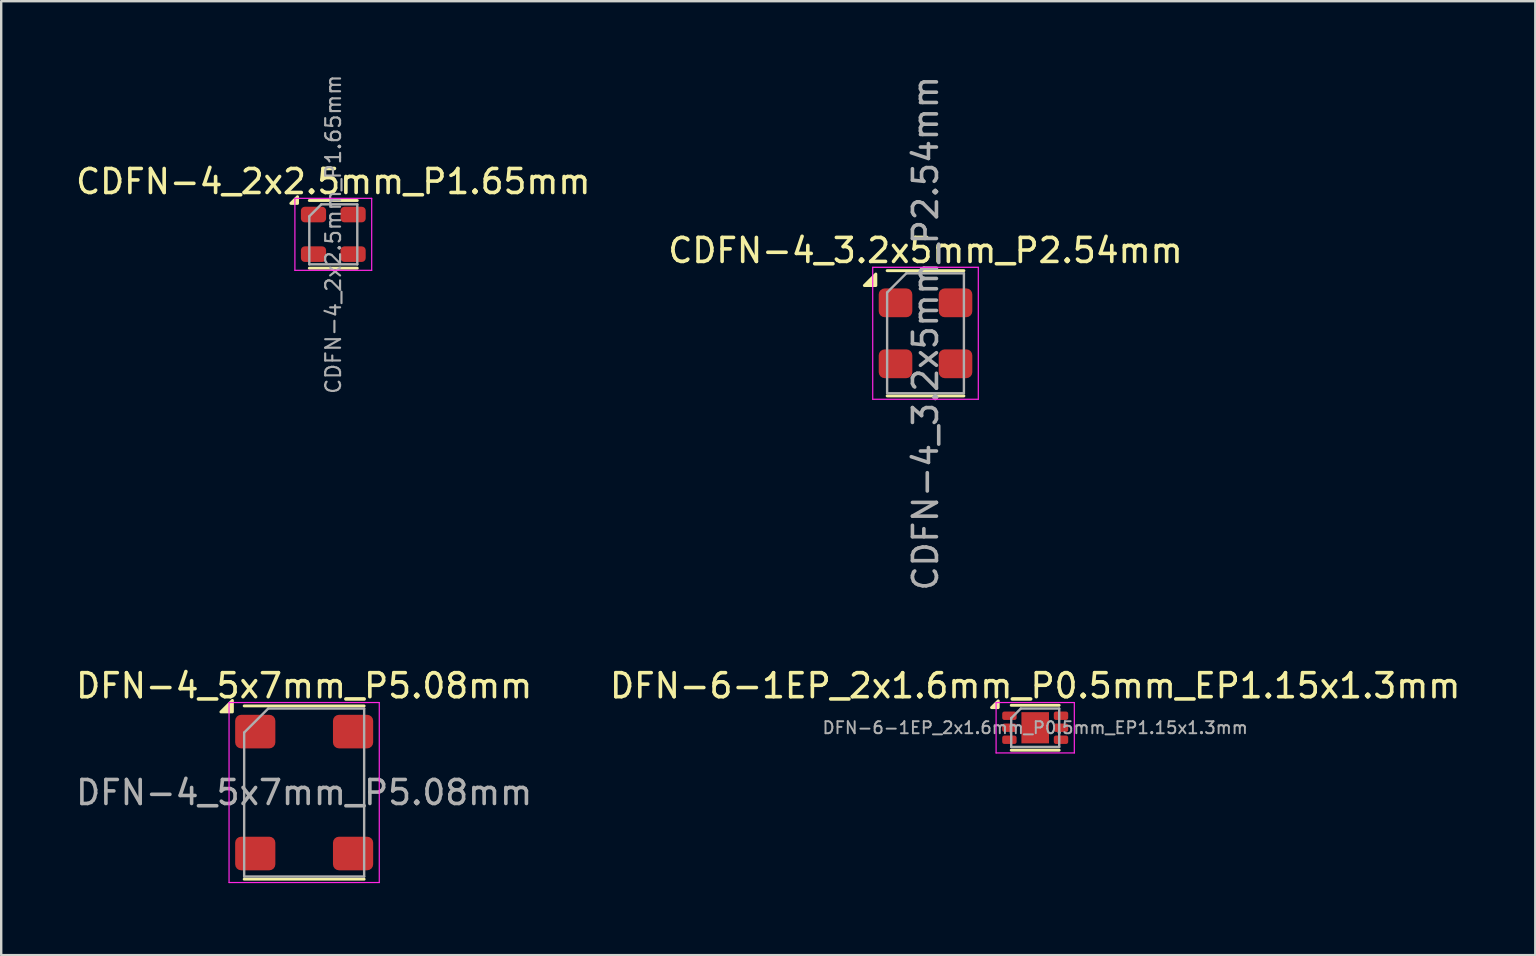
<source format=kicad_pcb>
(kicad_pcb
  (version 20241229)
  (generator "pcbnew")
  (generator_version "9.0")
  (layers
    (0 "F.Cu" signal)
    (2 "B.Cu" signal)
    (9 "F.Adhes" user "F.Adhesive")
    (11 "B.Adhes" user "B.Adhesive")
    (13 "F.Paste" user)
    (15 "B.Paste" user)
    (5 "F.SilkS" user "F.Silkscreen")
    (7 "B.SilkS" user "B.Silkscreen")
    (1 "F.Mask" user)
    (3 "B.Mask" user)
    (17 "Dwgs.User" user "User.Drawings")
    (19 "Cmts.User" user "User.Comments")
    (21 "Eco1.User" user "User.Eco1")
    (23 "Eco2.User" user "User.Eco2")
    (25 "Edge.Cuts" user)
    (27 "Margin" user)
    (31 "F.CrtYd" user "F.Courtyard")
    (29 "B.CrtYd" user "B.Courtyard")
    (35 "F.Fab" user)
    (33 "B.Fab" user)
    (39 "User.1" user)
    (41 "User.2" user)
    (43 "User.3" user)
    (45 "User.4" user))
  (footprint "CDFN-4_3.2x5mm_P2.54mm"
    (layer "F.Cu")
    (at 35.518 10.839)
    (property "Reference" "CDFN-4_3.2x5mm_P2.54mm" (at 0 -3.45 0) (layer "F.SilkS") (effects (font (size 1 1) (thickness 0.15))))
    (attr smd)
    (fp_line (start -1.6 -2.61) (end 1.6 -2.61) (stroke (width 0.12) (type solid)) (layer "F.SilkS"))
    (fp_line (start -1.6 2.61) (end 1.6 2.61) (stroke (width 0.12) (type solid)) (layer "F.SilkS"))
    (fp_poly (pts (xy -2.07 -1.99) (xy -2.55 -1.99) (xy -2.07 -2.47) (xy -2.07 -1.99)) (stroke (width 0.12) (type solid)) (fill yes) (layer "F.SilkS"))
    (fp_line (start -2.2 -2.75) (end -2.2 2.75) (stroke (width 0.05) (type solid)) (layer "F.CrtYd"))
    (fp_line (start -2.2 2.75) (end 2.2 2.75) (stroke (width 0.05) (type solid)) (layer "F.CrtYd"))
    (fp_line (start 2.2 -2.75) (end -2.2 -2.75) (stroke (width 0.05) (type solid)) (layer "F.CrtYd"))
    (fp_line (start 2.2 2.75) (end 2.2 -2.75) (stroke (width 0.05) (type solid)) (layer "F.CrtYd"))
    (fp_line (start -1.6 -1.7) (end -0.8 -2.5) (stroke (width 0.1) (type solid)) (layer "F.Fab"))
    (fp_line (start -1.6 2.5) (end -1.6 -1.7) (stroke (width 0.1) (type solid)) (layer "F.Fab"))
    (fp_line (start -0.8 -2.5) (end 1.6 -2.5) (stroke (width 0.1) (type solid)) (layer "F.Fab"))
    (fp_line (start 1.6 -2.5) (end 1.6 2.5) (stroke (width 0.1) (type solid)) (layer "F.Fab"))
    (fp_line (start 1.6 2.5) (end -1.6 2.5) (stroke (width 0.1) (type solid)) (layer "F.Fab"))
    (fp_text user "${REFERENCE}" (at 0 0 90) (layer "F.Fab") (effects (font (size 1 1) (thickness 0.15))))
    (pad "1" smd roundrect (at -1.25 -1.27) (size 1.4 1.2) (layers "F.Cu" "F.Mask" "F.Paste") (roundrect_rratio 0.208))
    (pad "2" smd roundrect (at -1.25 1.27) (size 1.4 1.2) (layers "F.Cu" "F.Mask" "F.Paste") (roundrect_rratio 0.208))
    (pad "3" smd roundrect (at 1.25 1.27) (size 1.4 1.2) (layers "F.Cu" "F.Mask" "F.Paste") (roundrect_rratio 0.208))
    (pad "4" smd roundrect (at 1.25 -1.27) (size 1.4 1.2) (layers "F.Cu" "F.Mask" "F.Paste") (roundrect_rratio 0.208)))
  (footprint "DFN-6-1EP_2x1.6mm_P0.5mm_EP1.15x1.3mm"
    (layer "F.Cu")
    (at 40.089 27.277)
    (property "Reference" "DFN-6-1EP_2x1.6mm_P0.5mm_EP1.15x1.3mm" (at 0 -1.75 0) (layer "F.SilkS") (effects (font (size 1 1) (thickness 0.15))))
    (attr smd)
    (fp_line (start -1 -0.935) (end 1 -0.935) (stroke (width 0.12) (type solid)) (layer "F.SilkS"))
    (fp_line (start -1 0.935) (end 1 0.935) (stroke (width 0.12) (type solid)) (layer "F.SilkS"))
    (fp_poly (pts (xy -1.54 -0.84) (xy -1.82 -0.84) (xy -1.54 -1.12) (xy -1.54 -0.84)) (stroke (width 0.12) (type solid)) (fill yes) (layer "F.SilkS"))
    (fp_line (start -1.63 -1.05) (end -1.63 1.05) (stroke (width 0.05) (type solid)) (layer "F.CrtYd"))
    (fp_line (start -1.63 1.05) (end 1.63 1.05) (stroke (width 0.05) (type solid)) (layer "F.CrtYd"))
    (fp_line (start 1.63 -1.05) (end -1.63 -1.05) (stroke (width 0.05) (type solid)) (layer "F.CrtYd"))
    (fp_line (start 1.63 1.05) (end 1.63 -1.05) (stroke (width 0.05) (type solid)) (layer "F.CrtYd"))
    (fp_line (start -1 -0.4) (end -0.6 -0.8) (stroke (width 0.1) (type solid)) (layer "F.Fab"))
    (fp_line (start -1 0.8) (end -1 -0.4) (stroke (width 0.1) (type solid)) (layer "F.Fab"))
    (fp_line (start -0.6 -0.8) (end 1 -0.8) (stroke (width 0.1) (type solid)) (layer "F.Fab"))
    (fp_line (start 1 -0.8) (end 1 0.8) (stroke (width 0.1) (type solid)) (layer "F.Fab"))
    (fp_line (start 1 0.8) (end -1 0.8) (stroke (width 0.1) (type solid)) (layer "F.Fab"))
    (fp_text user "${REFERENCE}" (at 0 0 0) (layer "F.Fab") (effects (font (size 0.5 0.5) (thickness 0.08))))
    (pad "" smd roundrect (at 0 -0.325) (size 0.93 0.52) (layers "F.Paste") (roundrect_rratio 0.25))
    (pad "" smd roundrect (at 0 0.325) (size 0.93 0.52) (layers "F.Paste") (roundrect_rratio 0.25))
    (pad "1" smd roundrect (at -1.075 -0.5) (size 0.6 0.35) (layers "F.Cu" "F.Mask" "F.Paste") (roundrect_rratio 0.25))
    (pad "2" smd roundrect (at -1.075 0) (size 0.6 0.35) (layers "F.Cu" "F.Mask" "F.Paste") (roundrect_rratio 0.25))
    (pad "3" smd roundrect (at -1.075 0.5) (size 0.6 0.35) (layers "F.Cu" "F.Mask" "F.Paste") (roundrect_rratio 0.25))
    (pad "4" smd roundrect (at 1.075 0.5) (size 0.6 0.35) (layers "F.Cu" "F.Mask" "F.Paste") (roundrect_rratio 0.25))
    (pad "5" smd roundrect (at 1.075 0) (size 0.6 0.35) (layers "F.Cu" "F.Mask" "F.Paste") (roundrect_rratio 0.25))
    (pad "6" smd roundrect (at 1.075 -0.5) (size 0.6 0.35) (layers "F.Cu" "F.Mask" "F.Paste") (roundrect_rratio 0.25))
    (pad "7" smd rect (at 0 0) (size 1.15 1.3) (property pad_prop_heatsink) (layers "F.Cu" "F.Mask")))
  (footprint "CDFN-4_2x2.5mm_P1.65mm"
    (layer "F.Cu")
    (at 10.839 6.716)
    (property "Reference" "CDFN-4_2x2.5mm_P1.65mm" (at 0 -2.2 0) (layer "F.SilkS") (effects (font (size 1 1) (thickness 0.15))))
    (attr smd)
    (fp_line (start -1 -1.41) (end 1 -1.41) (stroke (width 0.12) (type solid)) (layer "F.SilkS"))
    (fp_line (start -1 1.41) (end 1 1.41) (stroke (width 0.12) (type solid)) (layer "F.SilkS"))
    (fp_poly (pts (xy -1.49 -1.29) (xy -1.77 -1.29) (xy -1.49 -1.57) (xy -1.49 -1.29)) (stroke (width 0.12) (type solid)) (fill yes) (layer "F.SilkS"))
    (fp_line (start -1.6 -1.5) (end -1.6 1.5) (stroke (width 0.05) (type solid)) (layer "F.CrtYd"))
    (fp_line (start -1.6 1.5) (end 1.6 1.5) (stroke (width 0.05) (type solid)) (layer "F.CrtYd"))
    (fp_line (start 1.6 -1.5) (end -1.6 -1.5) (stroke (width 0.05) (type solid)) (layer "F.CrtYd"))
    (fp_line (start 1.6 1.5) (end 1.6 -1.5) (stroke (width 0.05) (type solid)) (layer "F.CrtYd"))
    (fp_line (start -1 -0.75) (end -0.5 -1.25) (stroke (width 0.1) (type solid)) (layer "F.Fab"))
    (fp_line (start -1 1.25) (end -1 -0.75) (stroke (width 0.1) (type solid)) (layer "F.Fab"))
    (fp_line (start -0.5 -1.25) (end 1 -1.25) (stroke (width 0.1) (type solid)) (layer "F.Fab"))
    (fp_line (start 1 -1.25) (end 1 1.25) (stroke (width 0.1) (type solid)) (layer "F.Fab"))
    (fp_line (start 1 1.25) (end -1 1.25) (stroke (width 0.1) (type solid)) (layer "F.Fab"))
    (fp_text user "${REFERENCE}" (at 0 0 90) (layer "F.Fab") (effects (font (size 0.62 0.62) (thickness 0.09))))
    (pad "1" smd roundrect (at -0.825 -0.825) (size 1.05 0.65) (layers "F.Cu" "F.Mask" "F.Paste") (roundrect_rratio 0.25))
    (pad "2" smd roundrect (at -0.825 0.825) (size 1.05 0.65) (layers "F.Cu" "F.Mask" "F.Paste") (roundrect_rratio 0.25))
    (pad "3" smd roundrect (at 0.825 0.825) (size 1.05 0.65) (layers "F.Cu" "F.Mask" "F.Paste") (roundrect_rratio 0.25))
    (pad "4" smd roundrect (at 0.825 -0.825) (size 1.05 0.65) (layers "F.Cu" "F.Mask" "F.Paste") (roundrect_rratio 0.25)))
  (footprint "DFN-4_5x7mm_P5.08mm"
    (layer "F.Cu")
    (at 9.625 29.977)
    (property "Reference" "DFN-4_5x7mm_P5.08mm" (at 0 -4.45 0) (layer "F.SilkS") (effects (font (size 1 1) (thickness 0.15))))
    (attr smd)
    (fp_line (start -2.5 -3.61) (end 2.5 -3.61) (stroke (width 0.12) (type solid)) (layer "F.SilkS"))
    (fp_line (start -2.5 3.61) (end 2.5 3.61) (stroke (width 0.12) (type solid)) (layer "F.SilkS"))
    (fp_poly (pts (xy -2.99 -3.36) (xy -3.47 -3.36) (xy -2.99 -3.84) (xy -2.99 -3.36)) (stroke (width 0.12) (type solid)) (fill yes) (layer "F.SilkS"))
    (fp_line (start -3.13 -3.75) (end -3.13 3.75) (stroke (width 0.05) (type solid)) (layer "F.CrtYd"))
    (fp_line (start -3.13 3.75) (end 3.13 3.75) (stroke (width 0.05) (type solid)) (layer "F.CrtYd"))
    (fp_line (start 3.13 -3.75) (end -3.13 -3.75) (stroke (width 0.05) (type solid)) (layer "F.CrtYd"))
    (fp_line (start 3.13 3.75) (end 3.13 -3.75) (stroke (width 0.05) (type solid)) (layer "F.CrtYd"))
    (fp_line (start -2.5 -2.5) (end -1.5 -3.5) (stroke (width 0.1) (type solid)) (layer "F.Fab"))
    (fp_line (start -2.5 3.5) (end -2.5 -2.5) (stroke (width 0.1) (type solid)) (layer "F.Fab"))
    (fp_line (start -1.5 -3.5) (end 2.5 -3.5) (stroke (width 0.1) (type solid)) (layer "F.Fab"))
    (fp_line (start 2.5 -3.5) (end 2.5 3.5) (stroke (width 0.1) (type solid)) (layer "F.Fab"))
    (fp_line (start 2.5 3.5) (end -2.5 3.5) (stroke (width 0.1) (type solid)) (layer "F.Fab"))
    (fp_text user "${REFERENCE}" (at 0 0 0) (layer "F.Fab") (effects (font (size 1 1) (thickness 0.15))))
    (pad "1" smd roundrect (at -2.038 -2.54) (size 1.675 1.4) (layers "F.Cu" "F.Mask" "F.Paste") (roundrect_rratio 0.179))
    (pad "2" smd roundrect (at -2.038 2.54) (size 1.675 1.4) (layers "F.Cu" "F.Mask" "F.Paste") (roundrect_rratio 0.179))
    (pad "3" smd roundrect (at 2.038 2.54) (size 1.675 1.4) (layers "F.Cu" "F.Mask" "F.Paste") (roundrect_rratio 0.179))
    (pad "4" smd roundrect (at 2.038 -2.54) (size 1.675 1.4) (layers "F.Cu" "F.Mask" "F.Paste") (roundrect_rratio 0.179))
    (zone (net_name "") (layer "F.Cu") (name "Keepout") (hatch edge 0.5) (connect_pads) (min_thickness 0.25) (filled_areas_thickness no) (keepout (tracks not_allowed) (vias not_allowed) (pads allowed) (copperpour not_allowed) (footprints allowed)) (placement (enabled no)) (fill) (polygon (pts (xy 7.725 28.727) (xy 11.525 28.727) (xy 11.525 31.227) (xy 7.725 31.227)))))
  (gr_rect
    (start -3 -3)
    (end 60.929 36.752)
    (stroke (width 0.1) (type default))
    (fill no)
    (layer "Edge.Cuts")))
</source>
